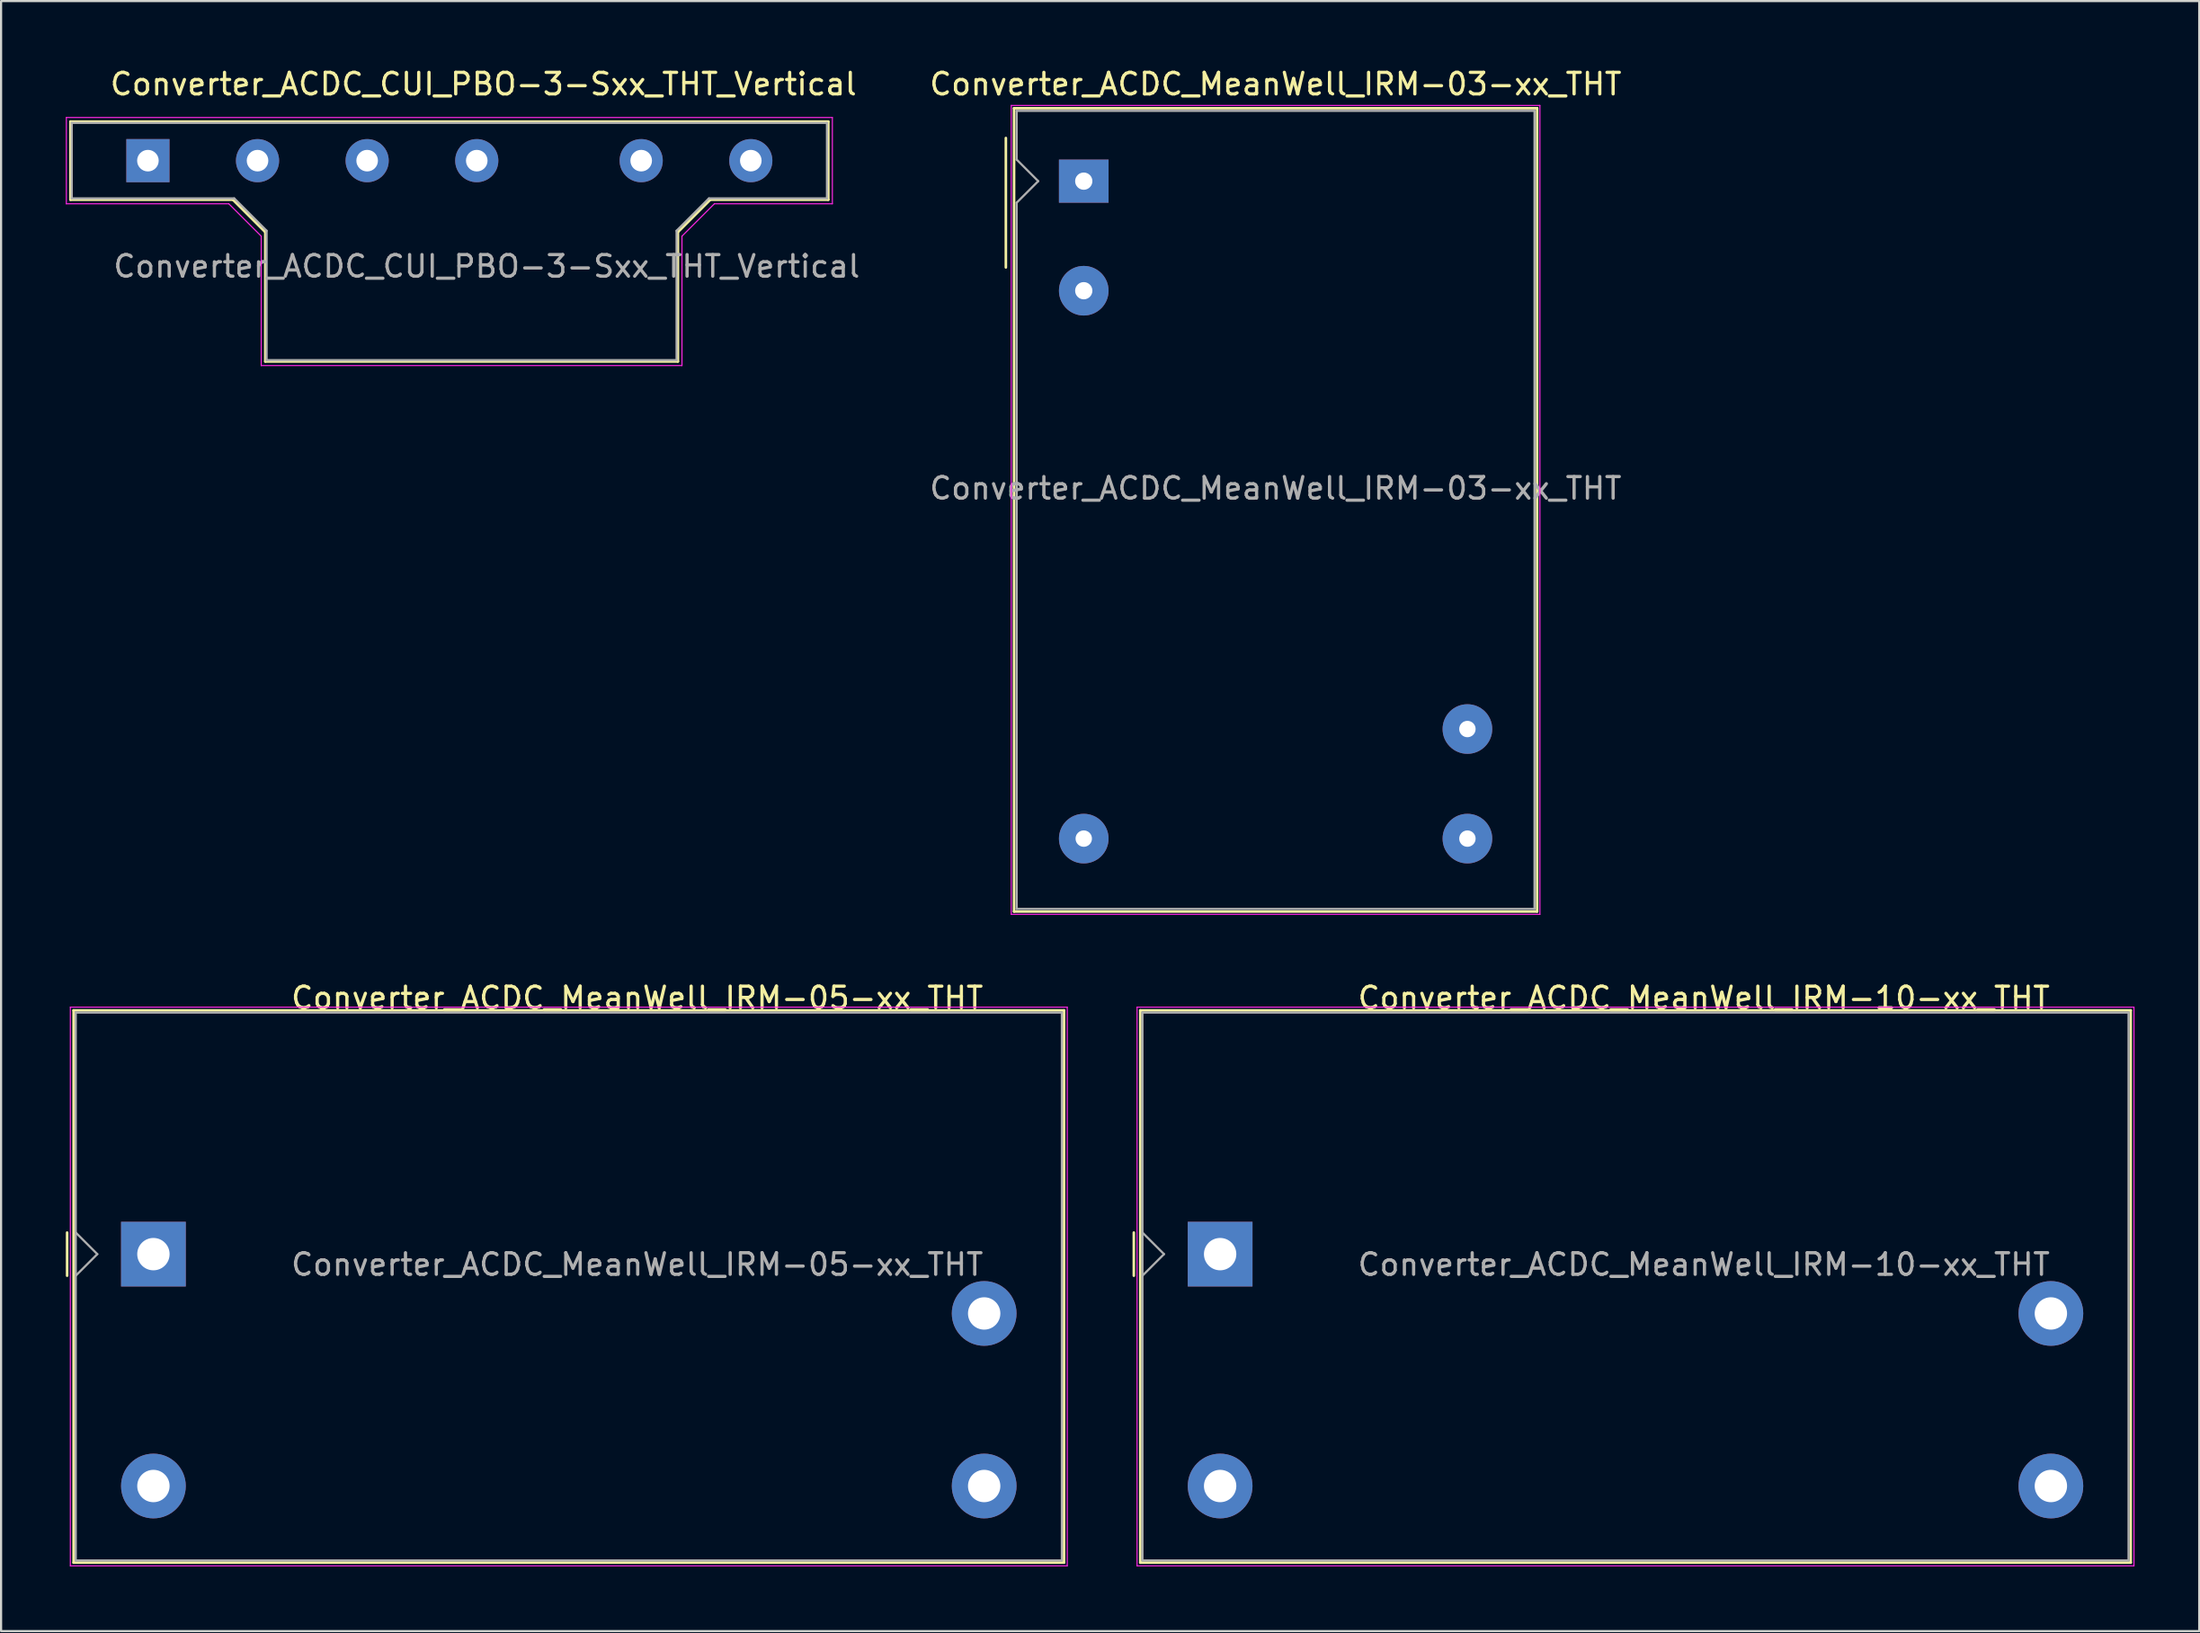
<source format=kicad_pcb>
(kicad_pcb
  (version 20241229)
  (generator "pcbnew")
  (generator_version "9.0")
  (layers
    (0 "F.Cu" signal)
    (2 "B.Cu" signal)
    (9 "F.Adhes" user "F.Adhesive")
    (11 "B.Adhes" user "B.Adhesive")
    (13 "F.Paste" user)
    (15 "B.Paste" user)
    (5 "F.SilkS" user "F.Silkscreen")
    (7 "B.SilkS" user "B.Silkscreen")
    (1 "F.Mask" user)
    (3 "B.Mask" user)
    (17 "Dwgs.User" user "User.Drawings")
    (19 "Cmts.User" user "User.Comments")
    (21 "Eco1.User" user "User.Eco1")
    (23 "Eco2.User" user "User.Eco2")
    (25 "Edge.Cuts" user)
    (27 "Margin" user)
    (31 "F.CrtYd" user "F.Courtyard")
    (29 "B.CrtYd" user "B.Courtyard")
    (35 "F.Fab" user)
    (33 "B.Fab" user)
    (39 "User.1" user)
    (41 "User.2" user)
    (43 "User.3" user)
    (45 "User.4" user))
  (footprint "Converter_ACDC_MeanWell_IRM-10-xx_THT"
    (layer "F.Cu")
    (at 53.495 55.092)
    (property "Reference" "Converter_ACDC_MeanWell_IRM-10-xx_THT" (at 22.42 -11.88 0) (layer "F.SilkS") (effects (font (size 1 1) (thickness 0.15))))
    (attr through_hole)
    (fp_line (start -4 -1) (end -4 1) (stroke (width 0.12) (type solid)) (layer "F.SilkS"))
    (fp_line (start -3.7 -11.3) (end -3.7 14.3) (stroke (width 0.12) (type solid)) (layer "F.SilkS"))
    (fp_line (start -3.7 -11.3) (end 42.2 -11.3) (stroke (width 0.12) (type solid)) (layer "F.SilkS"))
    (fp_line (start -3.7 14.3) (end 42.2 14.3) (stroke (width 0.12) (type solid)) (layer "F.SilkS"))
    (fp_line (start 42.2 -11.3) (end 42.2 14.3) (stroke (width 0.12) (type solid)) (layer "F.SilkS"))
    (fp_line (start -3.85 -11.45) (end -3.85 14.45) (stroke (width 0.05) (type solid)) (layer "F.CrtYd"))
    (fp_line (start -3.85 -11.45) (end 42.35 -11.45) (stroke (width 0.05) (type solid)) (layer "F.CrtYd"))
    (fp_line (start -3.85 14.45) (end 42.35 14.45) (stroke (width 0.05) (type solid)) (layer "F.CrtYd"))
    (fp_line (start 42.35 -11.45) (end 42.35 14.45) (stroke (width 0.05) (type solid)) (layer "F.CrtYd"))
    (fp_line (start -3.6 -11.2) (end -3.6 14.2) (stroke (width 0.1) (type solid)) (layer "F.Fab"))
    (fp_line (start -3.6 -1) (end -2.6 0) (stroke (width 0.1) (type solid)) (layer "F.Fab"))
    (fp_line (start -3.6 1) (end -2.6 0) (stroke (width 0.1) (type solid)) (layer "F.Fab"))
    (fp_line (start -3.6 14.2) (end 42.1 14.2) (stroke (width 0.1) (type solid)) (layer "F.Fab"))
    (fp_line (start 42.1 -11.2) (end -3.6 -11.2) (stroke (width 0.1) (type solid)) (layer "F.Fab"))
    (fp_line (start 42.1 -11.2) (end 42.1 14.2) (stroke (width 0.1) (type solid)) (layer "F.Fab"))
    (fp_text user "${REFERENCE}" (at 22.42 0.48 0) (layer "F.Fab") (effects (font (size 1 1) (thickness 0.15))))
    (pad "1" thru_hole rect (at 0 0) (size 3 3) (drill 1.5) (layers "*.Cu" "*.Mask"))
    (pad "2" thru_hole circle (at 0 10.75) (size 3 3) (drill 1.5) (layers "*.Cu" "*.Mask"))
    (pad "3" thru_hole circle (at 38.5 10.75) (size 3 3) (drill 1.5) (layers "*.Cu" "*.Mask"))
    (pad "4" thru_hole circle (at 38.5 2.75) (size 3 3) (drill 1.5) (layers "*.Cu" "*.Mask")))
  (footprint "Converter_ACDC_MeanWell_IRM-05-xx_THT"
    (layer "F.Cu")
    (at 4.06 55.092)
    (property "Reference" "Converter_ACDC_MeanWell_IRM-05-xx_THT" (at 22.42 -11.88 0) (layer "F.SilkS") (effects (font (size 1 1) (thickness 0.15))))
    (attr through_hole)
    (fp_line (start -4 -1) (end -4 1) (stroke (width 0.12) (type solid)) (layer "F.SilkS"))
    (fp_line (start -3.7 -11.3) (end -3.7 14.3) (stroke (width 0.12) (type solid)) (layer "F.SilkS"))
    (fp_line (start -3.7 -11.3) (end 42.2 -11.3) (stroke (width 0.12) (type solid)) (layer "F.SilkS"))
    (fp_line (start -3.7 14.3) (end 42.2 14.3) (stroke (width 0.12) (type solid)) (layer "F.SilkS"))
    (fp_line (start 42.2 -11.3) (end 42.2 14.3) (stroke (width 0.12) (type solid)) (layer "F.SilkS"))
    (fp_line (start -3.85 -11.45) (end -3.85 14.45) (stroke (width 0.05) (type solid)) (layer "F.CrtYd"))
    (fp_line (start -3.85 -11.45) (end 42.35 -11.45) (stroke (width 0.05) (type solid)) (layer "F.CrtYd"))
    (fp_line (start -3.85 14.45) (end 42.35 14.45) (stroke (width 0.05) (type solid)) (layer "F.CrtYd"))
    (fp_line (start 42.35 -11.45) (end 42.35 14.45) (stroke (width 0.05) (type solid)) (layer "F.CrtYd"))
    (fp_line (start -3.6 -11.2) (end -3.6 14.2) (stroke (width 0.1) (type solid)) (layer "F.Fab"))
    (fp_line (start -3.6 14.2) (end 42.1 14.2) (stroke (width 0.1) (type solid)) (layer "F.Fab"))
    (fp_line (start -2.6 0) (end -3.6 -1) (stroke (width 0.1) (type solid)) (layer "F.Fab"))
    (fp_line (start -2.6 0) (end -3.6 1) (stroke (width 0.1) (type solid)) (layer "F.Fab"))
    (fp_line (start 42.1 -11.2) (end -3.6 -11.2) (stroke (width 0.1) (type solid)) (layer "F.Fab"))
    (fp_line (start 42.1 -11.2) (end 42.1 14.2) (stroke (width 0.1) (type solid)) (layer "F.Fab"))
    (fp_text user "${REFERENCE}" (at 22.42 0.48 0) (layer "F.Fab") (effects (font (size 1 1) (thickness 0.15))))
    (pad "1" thru_hole rect (at 0 0) (size 3 3) (drill 1.5) (layers "*.Cu" "*.Mask"))
    (pad "2" thru_hole circle (at 0 10.75) (size 3 3) (drill 1.5) (layers "*.Cu" "*.Mask"))
    (pad "3" thru_hole circle (at 38.5 10.75) (size 3 3) (drill 1.5) (layers "*.Cu" "*.Mask"))
    (pad "4" thru_hole circle (at 38.5 2.75) (size 3 3) (drill 1.5) (layers "*.Cu" "*.Mask")))
  (footprint "Converter_ACDC_CUI_PBO-3-Sxx_THT_Vertical"
    (layer "F.Cu")
    (at 3.805 4.398)
    (property "Reference" "Converter_ACDC_CUI_PBO-3-Sxx_THT_Vertical" (at 15.55 -3.55 0) (layer "F.SilkS") (effects (font (size 1 1) (thickness 0.15))))
    (attr through_hole)
    (fp_line (start -3.59 -1.81) (end 31.53 -1.81) (stroke (width 0.12) (type solid)) (layer "F.SilkS"))
    (fp_line (start -3.59 1.81) (end -3.59 -1.81) (stroke (width 0.12) (type solid)) (layer "F.SilkS"))
    (fp_line (start 3.94 1.81) (end -3.59 1.81) (stroke (width 0.12) (type solid)) (layer "F.SilkS"))
    (fp_line (start 5.44 3.31) (end 3.94 1.81) (stroke (width 0.12) (type solid)) (layer "F.SilkS"))
    (fp_line (start 5.44 9.31) (end 5.44 3.31) (stroke (width 0.12) (type solid)) (layer "F.SilkS"))
    (fp_line (start 24.56 3.31) (end 24.56 9.31) (stroke (width 0.12) (type solid)) (layer "F.SilkS"))
    (fp_line (start 24.56 9.31) (end 5.44 9.31) (stroke (width 0.12) (type solid)) (layer "F.SilkS"))
    (fp_line (start 26.06 1.81) (end 24.56 3.31) (stroke (width 0.12) (type solid)) (layer "F.SilkS"))
    (fp_line (start 31.53 -1.81) (end 31.53 1.81) (stroke (width 0.12) (type solid)) (layer "F.SilkS"))
    (fp_line (start 31.53 1.81) (end 26.06 1.81) (stroke (width 0.12) (type solid)) (layer "F.SilkS"))
    (fp_line (start -3.78 -2) (end 31.72 -2) (stroke (width 0.05) (type solid)) (layer "F.CrtYd"))
    (fp_line (start -3.78 2) (end -3.78 -2) (stroke (width 0.05) (type solid)) (layer "F.CrtYd"))
    (fp_line (start 3.75 2) (end -3.78 2) (stroke (width 0.05) (type solid)) (layer "F.CrtYd"))
    (fp_line (start 5.25 3.5) (end 3.75 2) (stroke (width 0.05) (type solid)) (layer "F.CrtYd"))
    (fp_line (start 5.25 9.5) (end 5.25 3.5) (stroke (width 0.05) (type solid)) (layer "F.CrtYd"))
    (fp_line (start 24.75 3.5) (end 24.75 9.5) (stroke (width 0.05) (type solid)) (layer "F.CrtYd"))
    (fp_line (start 24.75 9.5) (end 5.25 9.5) (stroke (width 0.05) (type solid)) (layer "F.CrtYd"))
    (fp_line (start 26.25 2) (end 24.75 3.5) (stroke (width 0.05) (type solid)) (layer "F.CrtYd"))
    (fp_line (start 31.72 -2) (end 31.72 2) (stroke (width 0.05) (type solid)) (layer "F.CrtYd"))
    (fp_line (start 31.72 2) (end 26.25 2) (stroke (width 0.05) (type solid)) (layer "F.CrtYd"))
    (fp_line (start -3.53 -1.75) (end -3.53 1.75) (stroke (width 0.1) (type solid)) (layer "F.Fab"))
    (fp_line (start -3.53 -1.75) (end 31.47 -1.75) (stroke (width 0.1) (type solid)) (layer "F.Fab"))
    (fp_line (start -3.53 1.75) (end 4 1.75) (stroke (width 0.1) (type solid)) (layer "F.Fab"))
    (fp_line (start 4 1.75) (end 5.5 3.25) (stroke (width 0.1) (type solid)) (layer "F.Fab"))
    (fp_line (start 5.5 3.25) (end 5.5 9.25) (stroke (width 0.1) (type solid)) (layer "F.Fab"))
    (fp_line (start 5.5 9.25) (end 24.5 9.25) (stroke (width 0.1) (type solid)) (layer "F.Fab"))
    (fp_line (start 24.5 3.25) (end 24.5 9.25) (stroke (width 0.1) (type solid)) (layer "F.Fab"))
    (fp_line (start 24.5 3.25) (end 26 1.75) (stroke (width 0.1) (type solid)) (layer "F.Fab"))
    (fp_line (start 26 1.75) (end 31.47 1.75) (stroke (width 0.1) (type solid)) (layer "F.Fab"))
    (fp_line (start 31.47 -1.75) (end 31.47 1.75) (stroke (width 0.1) (type solid)) (layer "F.Fab"))
    (fp_text user "${REFERENCE}" (at 15.7 4.9 0) (layer "F.Fab") (effects (font (size 1 1) (thickness 0.15))))
    (pad "1" thru_hole rect (at 0 0) (size 2 2) (drill 1) (layers "*.Cu" "*.Mask"))
    (pad "3" thru_hole circle (at 5.08 0) (size 2 2) (drill 1) (layers "*.Cu" "*.Mask"))
    (pad "5" thru_hole circle (at 10.16 0) (size 2 2) (drill 1) (layers "*.Cu" "*.Mask"))
    (pad "7" thru_hole circle (at 15.24 0) (size 2 2) (drill 1) (layers "*.Cu" "*.Mask"))
    (pad "10" thru_hole circle (at 22.86 0) (size 2 2) (drill 1) (layers "*.Cu" "*.Mask"))
    (pad "12" thru_hole circle (at 27.94 0) (size 2 2) (drill 1) (layers "*.Cu" "*.Mask")))
  (footprint "Converter_ACDC_MeanWell_IRM-03-xx_THT"
    (layer "F.Cu")
    (at 47.175 5.348)
    (property "Reference" "Converter_ACDC_MeanWell_IRM-03-xx_THT" (at 8.89 -4.5 0) (layer "F.SilkS") (effects (font (size 1 1) (thickness 0.15))))
    (attr through_hole)
    (fp_line (start -3.61 -2) (end -3.61 4) (stroke (width 0.12) (type solid)) (layer "F.SilkS"))
    (fp_line (start -3.23 -3.38) (end -3.23 33.86) (stroke (width 0.12) (type solid)) (layer "F.SilkS"))
    (fp_line (start -3.23 33.86) (end 21.01 33.86) (stroke (width 0.12) (type solid)) (layer "F.SilkS"))
    (fp_line (start 21.01 -3.38) (end -3.23 -3.38) (stroke (width 0.12) (type solid)) (layer "F.SilkS"))
    (fp_line (start 21.01 -3.38) (end 21.01 33.86) (stroke (width 0.12) (type solid)) (layer "F.SilkS"))
    (fp_line (start -3.36 -3.51) (end -3.36 33.99) (stroke (width 0.05) (type solid)) (layer "F.CrtYd"))
    (fp_line (start 21.14 -3.51) (end -3.36 -3.51) (stroke (width 0.05) (type solid)) (layer "F.CrtYd"))
    (fp_line (start 21.14 -3.51) (end 21.14 33.99) (stroke (width 0.05) (type solid)) (layer "F.CrtYd"))
    (fp_line (start 21.14 33.99) (end -3.36 33.99) (stroke (width 0.05) (type solid)) (layer "F.CrtYd"))
    (fp_line (start -3.11 -1) (end -3.11 -3.26) (stroke (width 0.1) (type solid)) (layer "F.Fab"))
    (fp_line (start -3.11 1) (end -3.11 33.74) (stroke (width 0.1) (type solid)) (layer "F.Fab"))
    (fp_line (start -3.11 1) (end -2.11 0) (stroke (width 0.1) (type solid)) (layer "F.Fab"))
    (fp_line (start -2.11 0) (end -3.11 -1) (stroke (width 0.1) (type solid)) (layer "F.Fab"))
    (fp_line (start 20.89 -3.26) (end -3.11 -3.26) (stroke (width 0.1) (type solid)) (layer "F.Fab"))
    (fp_line (start 20.89 -3.26) (end 20.89 33.74) (stroke (width 0.1) (type solid)) (layer "F.Fab"))
    (fp_line (start 20.89 33.74) (end -3.11 33.74) (stroke (width 0.1) (type solid)) (layer "F.Fab"))
    (fp_text user "${REFERENCE}" (at 8.89 14.24 0) (layer "F.Fab") (effects (font (size 1 1) (thickness 0.15))))
    (pad "1" thru_hole rect (at 0 0) (size 2.3 2) (drill 0.8) (layers "*.Cu" "*.Mask"))
    (pad "3" thru_hole circle (at 0 5.08) (size 2.3 2.3) (drill 0.8) (layers "*.Cu" "*.Mask"))
    (pad "5" thru_hole circle (at 0 30.48) (size 2.3 2.3) (drill 0.76) (layers "*.Cu" "*.Mask"))
    (pad "14" thru_hole circle (at 17.78 30.48) (size 2.3 2.3) (drill 0.76) (layers "*.Cu" "*.Mask"))
    (pad "16" thru_hole circle (at 17.78 25.4) (size 2.3 2.3) (drill 0.76) (layers "*.Cu" "*.Mask")))
  (gr_rect
    (start -3 -3)
    (end 98.87 72.567)
    (stroke (width 0.1) (type default))
    (fill no)
    (layer "Edge.Cuts")))
</source>
